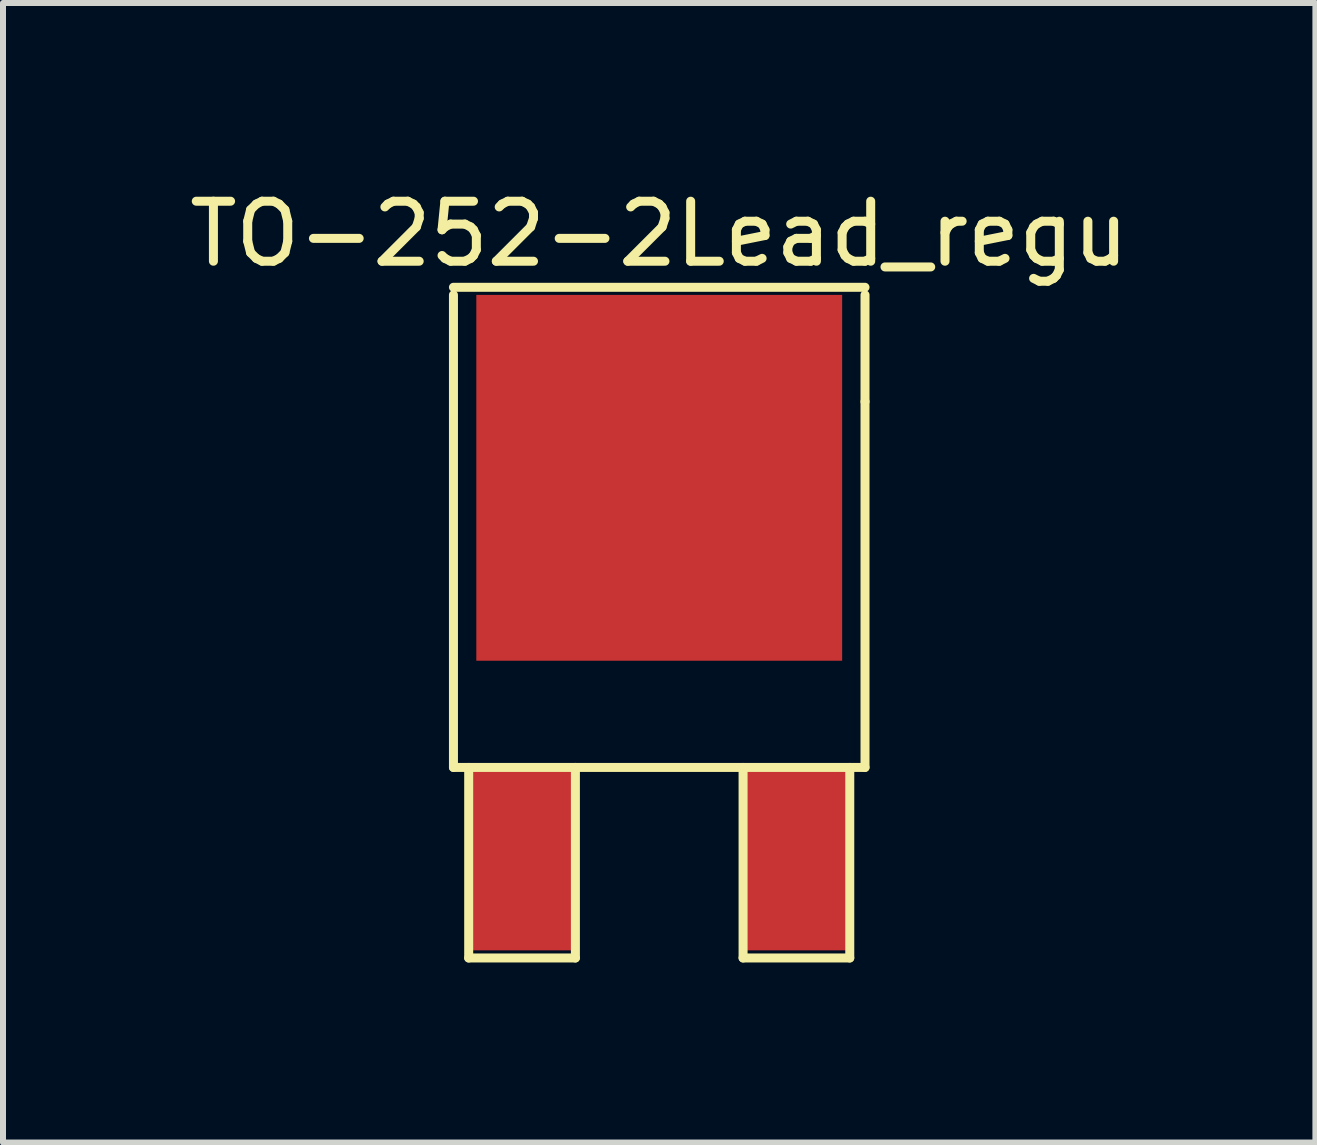
<source format=kicad_pcb>
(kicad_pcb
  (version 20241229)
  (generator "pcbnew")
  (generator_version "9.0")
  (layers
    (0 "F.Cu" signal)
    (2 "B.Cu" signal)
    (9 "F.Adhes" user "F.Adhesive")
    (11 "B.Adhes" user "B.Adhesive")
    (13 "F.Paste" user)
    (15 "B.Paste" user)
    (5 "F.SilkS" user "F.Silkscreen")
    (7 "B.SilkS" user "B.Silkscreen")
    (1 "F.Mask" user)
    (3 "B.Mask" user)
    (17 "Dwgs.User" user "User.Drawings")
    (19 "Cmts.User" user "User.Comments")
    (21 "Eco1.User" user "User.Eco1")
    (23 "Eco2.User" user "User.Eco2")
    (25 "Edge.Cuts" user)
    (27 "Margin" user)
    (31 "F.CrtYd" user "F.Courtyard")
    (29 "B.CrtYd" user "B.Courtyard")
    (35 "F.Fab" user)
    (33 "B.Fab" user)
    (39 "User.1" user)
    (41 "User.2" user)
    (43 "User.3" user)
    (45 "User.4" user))
  (footprint "TO-252-2Lead_regu"
    (layer "F.Cu")
    (at 7.935 11.262)
    (property "Reference" "TO-252-2Lead_regu" (at 0 -10.414 0) (layer "F.SilkS") (effects (font (size 1 1) (thickness 0.15))))
    (attr smd)
    (fp_line (start -3.429 -9.525) (end 3.429 -9.525) (stroke (width 0.15) (type solid)) (layer "F.SilkS"))
    (fp_line (start -3.429 -1.524) (end -3.429 -9.398) (stroke (width 0.15) (type solid)) (layer "F.SilkS"))
    (fp_line (start -3.175 -1.524) (end -3.175 1.651) (stroke (width 0.15) (type solid)) (layer "F.SilkS"))
    (fp_line (start -3.175 1.651) (end -1.397 1.651) (stroke (width 0.15) (type solid)) (layer "F.SilkS"))
    (fp_line (start -1.397 1.651) (end -1.397 -1.524) (stroke (width 0.15) (type solid)) (layer "F.SilkS"))
    (fp_line (start 1.397 -1.524) (end 1.397 1.651) (stroke (width 0.15) (type solid)) (layer "F.SilkS"))
    (fp_line (start 1.397 1.651) (end 3.175 1.651) (stroke (width 0.15) (type solid)) (layer "F.SilkS"))
    (fp_line (start 3.175 1.651) (end 3.175 -1.524) (stroke (width 0.15) (type solid)) (layer "F.SilkS"))
    (fp_line (start 3.429 -9.398) (end 3.429 -7.62) (stroke (width 0.15) (type solid)) (layer "F.SilkS"))
    (fp_line (start 3.429 -7.62) (end 3.429 -1.524) (stroke (width 0.15) (type solid)) (layer "F.SilkS"))
    (fp_line (start 3.429 -1.524) (end -3.429 -1.524) (stroke (width 0.15) (type solid)) (layer "F.SilkS"))
    (pad "GND" smd rect (at 0 -6.35) (size 6.096 6.096) (layers "F.Cu" "F.Mask" "F.Paste"))
    (pad "VI" smd rect (at -2.286 0) (size 1.651 3.048) (layers "F.Cu" "F.Mask" "F.Paste"))
    (pad "VO" smd rect (at 2.286 0) (size 1.651 3.048) (layers "F.Cu" "F.Mask" "F.Paste")))
  (gr_rect
    (start -3 -3)
    (end 18.869 15.988)
    (stroke (width 0.1) (type default))
    (fill no)
    (layer "Edge.Cuts")))
</source>
